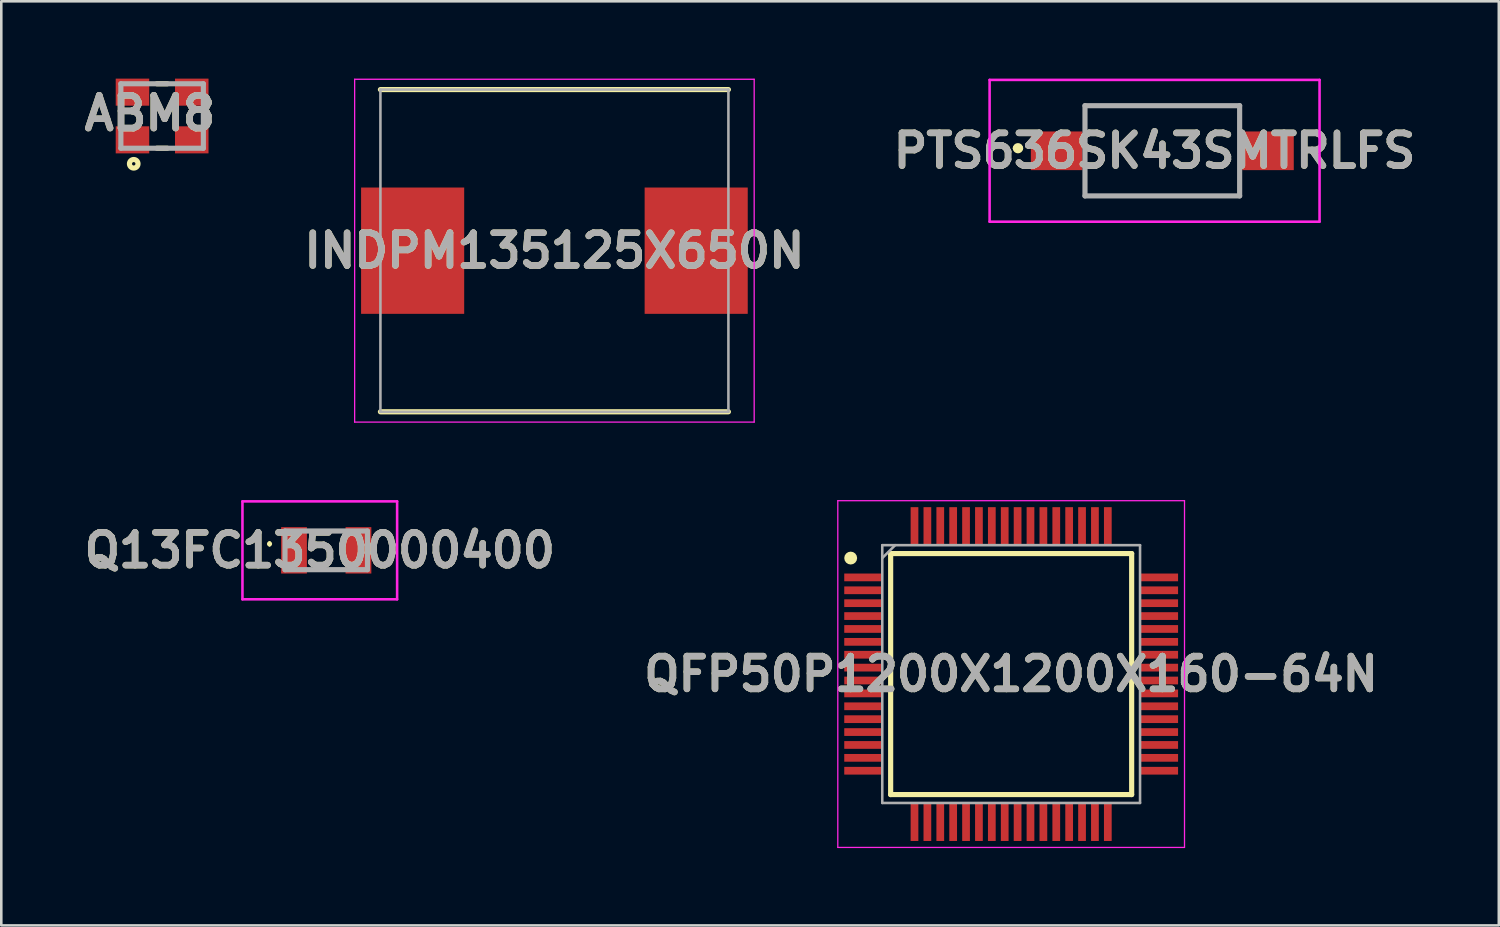
<source format=kicad_pcb>
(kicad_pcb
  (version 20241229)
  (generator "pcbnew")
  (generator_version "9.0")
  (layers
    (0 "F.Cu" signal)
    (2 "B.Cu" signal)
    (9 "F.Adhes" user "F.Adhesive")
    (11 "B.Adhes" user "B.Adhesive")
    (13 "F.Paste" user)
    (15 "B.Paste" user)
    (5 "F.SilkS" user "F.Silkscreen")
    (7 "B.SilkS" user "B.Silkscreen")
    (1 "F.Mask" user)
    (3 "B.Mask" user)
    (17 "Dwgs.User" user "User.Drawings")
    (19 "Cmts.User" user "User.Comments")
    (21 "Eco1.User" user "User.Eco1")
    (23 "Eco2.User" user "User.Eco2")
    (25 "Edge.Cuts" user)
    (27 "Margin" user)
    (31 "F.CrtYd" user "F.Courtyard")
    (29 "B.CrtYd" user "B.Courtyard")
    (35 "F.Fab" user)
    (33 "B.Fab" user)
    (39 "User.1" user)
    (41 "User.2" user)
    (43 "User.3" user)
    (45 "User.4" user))
  (footprint "QFP50P1200X1200X160-64N"
    (layer "F.Cu")
    (at 36.177 23.1)
    (property "Reference" "QFP50P1200X1200X160-64N" (at 0 0 0) (layer "F.SilkS") (effects (font (size 1.27 1.27) (thickness 0.254))))
    (attr smd)
    (fp_line (start -4.675 -4.675) (end 4.675 -4.675) (stroke (width 0.2) (type solid)) (layer "F.SilkS"))
    (fp_line (start -4.675 4.675) (end -4.675 -4.675) (stroke (width 0.2) (type solid)) (layer "F.SilkS"))
    (fp_line (start 4.675 -4.675) (end 4.675 4.675) (stroke (width 0.2) (type solid)) (layer "F.SilkS"))
    (fp_line (start 4.675 4.675) (end -4.675 4.675) (stroke (width 0.2) (type solid)) (layer "F.SilkS"))
    (fp_circle (center -6.225 -4.5) (end -6.225 -4.375) (stroke (width 0.25) (type solid)) (fill no) (layer "F.SilkS"))
    (fp_line (start -6.725 -6.725) (end 6.725 -6.725) (stroke (width 0.05) (type solid)) (layer "F.CrtYd"))
    (fp_line (start -6.725 6.725) (end -6.725 -6.725) (stroke (width 0.05) (type solid)) (layer "F.CrtYd"))
    (fp_line (start 6.725 -6.725) (end 6.725 6.725) (stroke (width 0.05) (type solid)) (layer "F.CrtYd"))
    (fp_line (start 6.725 6.725) (end -6.725 6.725) (stroke (width 0.05) (type solid)) (layer "F.CrtYd"))
    (fp_line (start -5 -5) (end 5 -5) (stroke (width 0.1) (type solid)) (layer "F.Fab"))
    (fp_line (start -5 -4.5) (end -4.5 -5) (stroke (width 0.1) (type solid)) (layer "F.Fab"))
    (fp_line (start -5 5) (end -5 -5) (stroke (width 0.1) (type solid)) (layer "F.Fab"))
    (fp_line (start 5 -5) (end 5 5) (stroke (width 0.1) (type solid)) (layer "F.Fab"))
    (fp_line (start 5 5) (end -5 5) (stroke (width 0.1) (type solid)) (layer "F.Fab"))
    (fp_text user "${REFERENCE}" (at 0 0 0) (layer "F.Fab") (effects (font (size 1.27 1.27) (thickness 0.254))))
    (pad "1" smd rect (at -5.75 -3.75 90) (size 0.3 1.45) (layers "F.Cu" "F.Mask" "F.Paste"))
    (pad "2" smd rect (at -5.75 -3.25 90) (size 0.3 1.45) (layers "F.Cu" "F.Mask" "F.Paste"))
    (pad "3" smd rect (at -5.75 -2.75 90) (size 0.3 1.45) (layers "F.Cu" "F.Mask" "F.Paste"))
    (pad "4" smd rect (at -5.75 -2.25 90) (size 0.3 1.45) (layers "F.Cu" "F.Mask" "F.Paste"))
    (pad "5" smd rect (at -5.75 -1.75 90) (size 0.3 1.45) (layers "F.Cu" "F.Mask" "F.Paste"))
    (pad "6" smd rect (at -5.75 -1.25 90) (size 0.3 1.45) (layers "F.Cu" "F.Mask" "F.Paste"))
    (pad "7" smd rect (at -5.75 -0.75 90) (size 0.3 1.45) (layers "F.Cu" "F.Mask" "F.Paste"))
    (pad "8" smd rect (at -5.75 -0.25 90) (size 0.3 1.45) (layers "F.Cu" "F.Mask" "F.Paste"))
    (pad "9" smd rect (at -5.75 0.25 90) (size 0.3 1.45) (layers "F.Cu" "F.Mask" "F.Paste"))
    (pad "10" smd rect (at -5.75 0.75 90) (size 0.3 1.45) (layers "F.Cu" "F.Mask" "F.Paste"))
    (pad "11" smd rect (at -5.75 1.25 90) (size 0.3 1.45) (layers "F.Cu" "F.Mask" "F.Paste"))
    (pad "12" smd rect (at -5.75 1.75 90) (size 0.3 1.45) (layers "F.Cu" "F.Mask" "F.Paste"))
    (pad "13" smd rect (at -5.75 2.25 90) (size 0.3 1.45) (layers "F.Cu" "F.Mask" "F.Paste"))
    (pad "14" smd rect (at -5.75 2.75 90) (size 0.3 1.45) (layers "F.Cu" "F.Mask" "F.Paste"))
    (pad "15" smd rect (at -5.75 3.25 90) (size 0.3 1.45) (layers "F.Cu" "F.Mask" "F.Paste"))
    (pad "16" smd rect (at -5.75 3.75 90) (size 0.3 1.45) (layers "F.Cu" "F.Mask" "F.Paste"))
    (pad "17" smd rect (at -3.75 5.75) (size 0.3 1.45) (layers "F.Cu" "F.Mask" "F.Paste"))
    (pad "18" smd rect (at -3.25 5.75) (size 0.3 1.45) (layers "F.Cu" "F.Mask" "F.Paste"))
    (pad "19" smd rect (at -2.75 5.75) (size 0.3 1.45) (layers "F.Cu" "F.Mask" "F.Paste"))
    (pad "20" smd rect (at -2.25 5.75) (size 0.3 1.45) (layers "F.Cu" "F.Mask" "F.Paste"))
    (pad "21" smd rect (at -1.75 5.75) (size 0.3 1.45) (layers "F.Cu" "F.Mask" "F.Paste"))
    (pad "22" smd rect (at -1.25 5.75) (size 0.3 1.45) (layers "F.Cu" "F.Mask" "F.Paste"))
    (pad "23" smd rect (at -0.75 5.75) (size 0.3 1.45) (layers "F.Cu" "F.Mask" "F.Paste"))
    (pad "24" smd rect (at -0.25 5.75) (size 0.3 1.45) (layers "F.Cu" "F.Mask" "F.Paste"))
    (pad "25" smd rect (at 0.25 5.75) (size 0.3 1.45) (layers "F.Cu" "F.Mask" "F.Paste"))
    (pad "26" smd rect (at 0.75 5.75) (size 0.3 1.45) (layers "F.Cu" "F.Mask" "F.Paste"))
    (pad "27" smd rect (at 1.25 5.75) (size 0.3 1.45) (layers "F.Cu" "F.Mask" "F.Paste"))
    (pad "28" smd rect (at 1.75 5.75) (size 0.3 1.45) (layers "F.Cu" "F.Mask" "F.Paste"))
    (pad "29" smd rect (at 2.25 5.75) (size 0.3 1.45) (layers "F.Cu" "F.Mask" "F.Paste"))
    (pad "30" smd rect (at 2.75 5.75) (size 0.3 1.45) (layers "F.Cu" "F.Mask" "F.Paste"))
    (pad "31" smd rect (at 3.25 5.75) (size 0.3 1.45) (layers "F.Cu" "F.Mask" "F.Paste"))
    (pad "32" smd rect (at 3.75 5.75) (size 0.3 1.45) (layers "F.Cu" "F.Mask" "F.Paste"))
    (pad "33" smd rect (at 5.75 3.75 90) (size 0.3 1.45) (layers "F.Cu" "F.Mask" "F.Paste"))
    (pad "34" smd rect (at 5.75 3.25 90) (size 0.3 1.45) (layers "F.Cu" "F.Mask" "F.Paste"))
    (pad "35" smd rect (at 5.75 2.75 90) (size 0.3 1.45) (layers "F.Cu" "F.Mask" "F.Paste"))
    (pad "36" smd rect (at 5.75 2.25 90) (size 0.3 1.45) (layers "F.Cu" "F.Mask" "F.Paste"))
    (pad "37" smd rect (at 5.75 1.75 90) (size 0.3 1.45) (layers "F.Cu" "F.Mask" "F.Paste"))
    (pad "38" smd rect (at 5.75 1.25 90) (size 0.3 1.45) (layers "F.Cu" "F.Mask" "F.Paste"))
    (pad "39" smd rect (at 5.75 0.75 90) (size 0.3 1.45) (layers "F.Cu" "F.Mask" "F.Paste"))
    (pad "40" smd rect (at 5.75 0.25 90) (size 0.3 1.45) (layers "F.Cu" "F.Mask" "F.Paste"))
    (pad "41" smd rect (at 5.75 -0.25 90) (size 0.3 1.45) (layers "F.Cu" "F.Mask" "F.Paste"))
    (pad "42" smd rect (at 5.75 -0.75 90) (size 0.3 1.45) (layers "F.Cu" "F.Mask" "F.Paste"))
    (pad "43" smd rect (at 5.75 -1.25 90) (size 0.3 1.45) (layers "F.Cu" "F.Mask" "F.Paste"))
    (pad "44" smd rect (at 5.75 -1.75 90) (size 0.3 1.45) (layers "F.Cu" "F.Mask" "F.Paste"))
    (pad "45" smd rect (at 5.75 -2.25 90) (size 0.3 1.45) (layers "F.Cu" "F.Mask" "F.Paste"))
    (pad "46" smd rect (at 5.75 -2.75 90) (size 0.3 1.45) (layers "F.Cu" "F.Mask" "F.Paste"))
    (pad "47" smd rect (at 5.75 -3.25 90) (size 0.3 1.45) (layers "F.Cu" "F.Mask" "F.Paste"))
    (pad "48" smd rect (at 5.75 -3.75 90) (size 0.3 1.45) (layers "F.Cu" "F.Mask" "F.Paste"))
    (pad "49" smd rect (at 3.75 -5.75) (size 0.3 1.45) (layers "F.Cu" "F.Mask" "F.Paste"))
    (pad "50" smd rect (at 3.25 -5.75) (size 0.3 1.45) (layers "F.Cu" "F.Mask" "F.Paste"))
    (pad "51" smd rect (at 2.75 -5.75) (size 0.3 1.45) (layers "F.Cu" "F.Mask" "F.Paste"))
    (pad "52" smd rect (at 2.25 -5.75) (size 0.3 1.45) (layers "F.Cu" "F.Mask" "F.Paste"))
    (pad "53" smd rect (at 1.75 -5.75) (size 0.3 1.45) (layers "F.Cu" "F.Mask" "F.Paste"))
    (pad "54" smd rect (at 1.25 -5.75) (size 0.3 1.45) (layers "F.Cu" "F.Mask" "F.Paste"))
    (pad "55" smd rect (at 0.75 -5.75) (size 0.3 1.45) (layers "F.Cu" "F.Mask" "F.Paste"))
    (pad "56" smd rect (at 0.25 -5.75) (size 0.3 1.45) (layers "F.Cu" "F.Mask" "F.Paste"))
    (pad "57" smd rect (at -0.25 -5.75) (size 0.3 1.45) (layers "F.Cu" "F.Mask" "F.Paste"))
    (pad "58" smd rect (at -0.75 -5.75) (size 0.3 1.45) (layers "F.Cu" "F.Mask" "F.Paste"))
    (pad "59" smd rect (at -1.25 -5.75) (size 0.3 1.45) (layers "F.Cu" "F.Mask" "F.Paste"))
    (pad "60" smd rect (at -1.75 -5.75) (size 0.3 1.45) (layers "F.Cu" "F.Mask" "F.Paste"))
    (pad "61" smd rect (at -2.25 -5.75) (size 0.3 1.45) (layers "F.Cu" "F.Mask" "F.Paste"))
    (pad "62" smd rect (at -2.75 -5.75) (size 0.3 1.45) (layers "F.Cu" "F.Mask" "F.Paste"))
    (pad "63" smd rect (at -3.25 -5.75) (size 0.3 1.45) (layers "F.Cu" "F.Mask" "F.Paste"))
    (pad "64" smd rect (at -3.75 -5.75) (size 0.3 1.45) (layers "F.Cu" "F.Mask" "F.Paste")))
  (footprint "ABM8"
    (layer "F.Cu")
    (at 3.239 1.45)
    (property "Reference" "ABM8" (at -0.475 -0.105 0) (layer "F.SilkS") (effects (font (size 1.27 1.27) (thickness 0.254))))
    (attr smd)
    (fp_line (start -0.2 -1.25) (end 0.2 -1.25) (stroke (width 0.2) (type solid)) (layer "F.SilkS"))
    (fp_line (start -0.2 1.25) (end 0.2 1.25) (stroke (width 0.2) (type solid)) (layer "F.SilkS"))
    (fp_circle (center -1.101 1.854) (end -1.101 1.92) (stroke (width 0.2) (type solid)) (fill no) (layer "F.SilkS"))
    (fp_line (start -1.6 -1.25) (end 1.6 -1.25) (stroke (width 0.2) (type solid)) (layer "F.Fab"))
    (fp_line (start -1.6 1.25) (end -1.6 -1.25) (stroke (width 0.2) (type solid)) (layer "F.Fab"))
    (fp_line (start 1.6 -1.25) (end 1.6 1.25) (stroke (width 0.2) (type solid)) (layer "F.Fab"))
    (fp_line (start 1.6 1.25) (end -1.6 1.25) (stroke (width 0.2) (type solid)) (layer "F.Fab"))
    (fp_text user "${REFERENCE}" (at -0.475 -0.105 0) (layer "F.Fab") (effects (font (size 1.27 1.27) (thickness 0.254))))
    (pad "1" smd rect (at -1.15 0.925 90) (size 1.05 1.3) (layers "F.Cu" "F.Mask" "F.Paste"))
    (pad "2" smd rect (at 1.15 0.925 90) (size 1.05 1.3) (layers "F.Cu" "F.Mask" "F.Paste"))
    (pad "3" smd rect (at 1.15 -0.925 90) (size 1.05 1.3) (layers "F.Cu" "F.Mask" "F.Paste"))
    (pad "4" smd rect (at -1.15 -0.925 90) (size 1.05 1.3) (layers "F.Cu" "F.Mask" "F.Paste")))
  (footprint "PTS636SK43SMTRLFS"
    (layer "F.Cu")
    (at 42.041 2.8)
    (property "Reference" "PTS636SK43SMTRLFS" (at -0.3 0 0) (layer "F.SilkS") (effects (font (size 1.27 1.27) (thickness 0.254))))
    (attr smd)
    (fp_line (start -5.7 -0.1) (end -5.7 -0.1) (stroke (width 0.2) (type solid)) (layer "F.SilkS"))
    (fp_line (start -5.5 -0.1) (end -5.5 -0.1) (stroke (width 0.2) (type solid)) (layer "F.SilkS"))
    (fp_line (start -3 -1.75) (end 3 -1.75) (stroke (width 0.1) (type solid)) (layer "F.SilkS"))
    (fp_line (start -3 -1.1) (end -3 -1.75) (stroke (width 0.1) (type solid)) (layer "F.SilkS"))
    (fp_line (start -3 1.1) (end -3 1.75) (stroke (width 0.1) (type solid)) (layer "F.SilkS"))
    (fp_line (start -3 1.75) (end 3 1.75) (stroke (width 0.1) (type solid)) (layer "F.SilkS"))
    (fp_line (start 3 -1.75) (end 3 -1.1) (stroke (width 0.1) (type solid)) (layer "F.SilkS"))
    (fp_line (start 3 1.75) (end 3 1.1) (stroke (width 0.1) (type solid)) (layer "F.SilkS"))
    (fp_arc (start -5.7 -0.1) (mid -5.6 -0.2) (end -5.5 -0.1) (stroke (width 0.2) (type solid)) (layer "F.SilkS"))
    (fp_arc (start -5.5 -0.1) (mid -5.6 0) (end -5.7 -0.1) (stroke (width 0.2) (type solid)) (layer "F.SilkS"))
    (fp_line (start -6.7 -2.75) (end 6.1 -2.75) (stroke (width 0.1) (type solid)) (layer "F.CrtYd"))
    (fp_line (start -6.7 2.75) (end -6.7 -2.75) (stroke (width 0.1) (type solid)) (layer "F.CrtYd"))
    (fp_line (start 6.1 -2.75) (end 6.1 2.75) (stroke (width 0.1) (type solid)) (layer "F.CrtYd"))
    (fp_line (start 6.1 2.75) (end -6.7 2.75) (stroke (width 0.1) (type solid)) (layer "F.CrtYd"))
    (fp_line (start -3 -1.75) (end 3 -1.75) (stroke (width 0.2) (type solid)) (layer "F.Fab"))
    (fp_line (start -3 1.75) (end -3 -1.75) (stroke (width 0.2) (type solid)) (layer "F.Fab"))
    (fp_line (start 3 -1.75) (end 3 1.75) (stroke (width 0.2) (type solid)) (layer "F.Fab"))
    (fp_line (start 3 1.75) (end -3 1.75) (stroke (width 0.2) (type solid)) (layer "F.Fab"))
    (fp_text user "${REFERENCE}" (at -0.3 0 0) (layer "F.Fab") (effects (font (size 1.27 1.27) (thickness 0.254))))
    (pad "1" smd rect (at -4.1 0 90) (size 1.5 2) (layers "F.Cu" "F.Mask" "F.Paste"))
    (pad "2" smd rect (at 4.1 0 90) (size 1.5 2) (layers "F.Cu" "F.Mask" "F.Paste")))
  (footprint "INDPM135125X650N"
    (layer "F.Cu")
    (at 18.458 6.675)
    (property "Reference" "INDPM135125X650N" (at 0 0 0) (layer "F.SilkS") (effects (font (size 1.27 1.27) (thickness 0.254))))
    (attr smd)
    (fp_line (start -6.75 6.25) (end 6.75 6.25) (stroke (width 0.2) (type solid)) (layer "F.SilkS"))
    (fp_line (start 6.75 -6.25) (end -6.75 -6.25) (stroke (width 0.2) (type solid)) (layer "F.SilkS"))
    (fp_line (start -7.75 -6.65) (end 7.75 -6.65) (stroke (width 0.05) (type solid)) (layer "F.CrtYd"))
    (fp_line (start -7.75 6.65) (end -7.75 -6.65) (stroke (width 0.05) (type solid)) (layer "F.CrtYd"))
    (fp_line (start 7.75 -6.65) (end 7.75 6.65) (stroke (width 0.05) (type solid)) (layer "F.CrtYd"))
    (fp_line (start 7.75 6.65) (end -7.75 6.65) (stroke (width 0.05) (type solid)) (layer "F.CrtYd"))
    (fp_line (start -6.75 -6.25) (end 6.75 -6.25) (stroke (width 0.1) (type solid)) (layer "F.Fab"))
    (fp_line (start -6.75 6.25) (end -6.75 -6.25) (stroke (width 0.1) (type solid)) (layer "F.Fab"))
    (fp_line (start 6.75 -6.25) (end 6.75 6.25) (stroke (width 0.1) (type solid)) (layer "F.Fab"))
    (fp_line (start 6.75 6.25) (end -6.75 6.25) (stroke (width 0.1) (type solid)) (layer "F.Fab"))
    (fp_text user "${REFERENCE}" (at 0 0 0) (layer "F.Fab") (effects (font (size 1.27 1.27) (thickness 0.254))))
    (pad "1" smd rect (at -5.5 0) (size 4 4.9) (layers "F.Cu" "F.Mask" "F.Paste"))
    (pad "2" smd rect (at 5.5 0) (size 4 4.9) (layers "F.Cu" "F.Mask" "F.Paste")))
  (footprint "Q13FC1350000400"
    (layer "F.Cu")
    (at 9.606 18.3)
    (property "Reference" "Q13FC1350000400" (at -0.25 0 0) (layer "F.SilkS") (effects (font (size 1.27 1.27) (thickness 0.254))))
    (attr smd)
    (fp_line (start -2.2 -0.3) (end -2.2 -0.3) (stroke (width 0.1) (type solid)) (layer "F.SilkS"))
    (fp_line (start -2.2 -0.2) (end -2.2 -0.2) (stroke (width 0.1) (type solid)) (layer "F.SilkS"))
    (fp_line (start -0.4 -0.75) (end 0.4 -0.75) (stroke (width 0.1) (type solid)) (layer "F.SilkS"))
    (fp_line (start -0.4 0.75) (end 0.4 0.75) (stroke (width 0.1) (type solid)) (layer "F.SilkS"))
    (fp_arc (start -2.2 -0.3) (mid -2.15 -0.25) (end -2.2 -0.2) (stroke (width 0.1) (type solid)) (layer "F.SilkS"))
    (fp_arc (start -2.2 -0.2) (mid -2.25 -0.25) (end -2.2 -0.3) (stroke (width 0.1) (type solid)) (layer "F.SilkS"))
    (fp_line (start -3.25 -1.9) (end 2.75 -1.9) (stroke (width 0.1) (type solid)) (layer "F.CrtYd"))
    (fp_line (start -3.25 1.9) (end -3.25 -1.9) (stroke (width 0.1) (type solid)) (layer "F.CrtYd"))
    (fp_line (start 2.75 -1.9) (end 2.75 1.9) (stroke (width 0.1) (type solid)) (layer "F.CrtYd"))
    (fp_line (start 2.75 1.9) (end -3.25 1.9) (stroke (width 0.1) (type solid)) (layer "F.CrtYd"))
    (fp_line (start -1.6 -0.75) (end 1.6 -0.75) (stroke (width 0.2) (type solid)) (layer "F.Fab"))
    (fp_line (start -1.6 0.75) (end -1.6 -0.75) (stroke (width 0.2) (type solid)) (layer "F.Fab"))
    (fp_line (start 1.6 -0.75) (end 1.6 0.75) (stroke (width 0.2) (type solid)) (layer "F.Fab"))
    (fp_line (start 1.6 0.75) (end -1.6 0.75) (stroke (width 0.2) (type solid)) (layer "F.Fab"))
    (fp_text user "${REFERENCE}" (at -0.25 0 0) (layer "F.Fab") (effects (font (size 1.27 1.27) (thickness 0.254))))
    (pad "1" smd rect (at -1.25 0) (size 1 1.8) (layers "F.Cu" "F.Mask" "F.Paste"))
    (pad "2" smd rect (at 1.25 0) (size 1 1.8) (layers "F.Cu" "F.Mask" "F.Paste")))
  (gr_rect
    (start -3 -3)
    (end 55.095 32.85)
    (stroke (width 0.1) (type default))
    (fill no)
    (layer "Edge.Cuts")))
</source>
